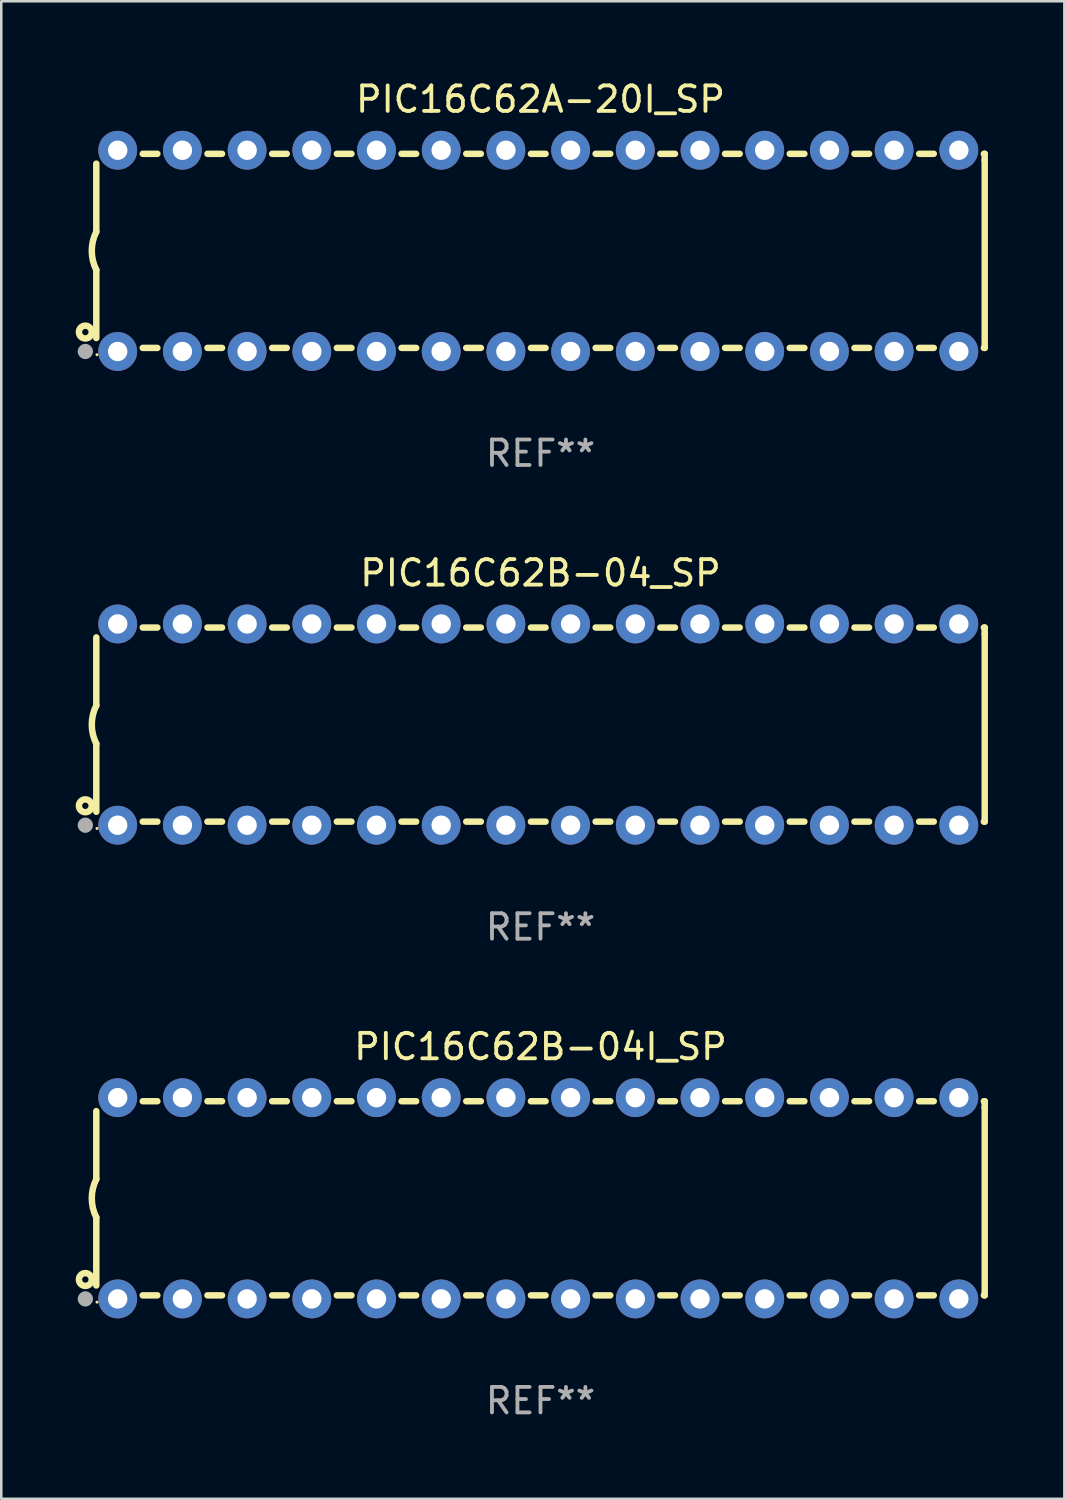
<source format=kicad_pcb>
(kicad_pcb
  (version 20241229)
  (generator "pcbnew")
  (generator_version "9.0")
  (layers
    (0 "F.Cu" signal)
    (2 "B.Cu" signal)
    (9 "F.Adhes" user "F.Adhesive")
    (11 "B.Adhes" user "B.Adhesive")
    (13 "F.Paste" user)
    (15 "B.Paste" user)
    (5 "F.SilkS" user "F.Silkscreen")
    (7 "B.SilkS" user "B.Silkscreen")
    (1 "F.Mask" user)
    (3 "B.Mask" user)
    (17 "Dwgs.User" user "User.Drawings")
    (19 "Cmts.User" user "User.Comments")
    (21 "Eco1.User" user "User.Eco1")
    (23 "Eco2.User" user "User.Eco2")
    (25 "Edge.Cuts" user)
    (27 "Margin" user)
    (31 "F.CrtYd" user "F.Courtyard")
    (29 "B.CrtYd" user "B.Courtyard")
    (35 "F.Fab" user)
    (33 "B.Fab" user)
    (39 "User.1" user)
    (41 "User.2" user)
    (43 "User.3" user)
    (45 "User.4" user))
  (footprint "PIC16C62A-20I_SP"
    (layer "F.Cu")
    (at 18.168 6.798)
    (property "Reference" "PIC16C62A-20I_SP" (at 0 -5.95 0) (layer "F.SilkS") (effects (font (size 1 1) (thickness 0.15))))
    (attr through_hole)
    (fp_line (start -17.438 0.75) (end -17.438 3.423) (stroke (width 0.254) (type solid)) (layer "F.SilkS"))
    (fp_line (start -17.438 -3.423) (end -17.438 -0.75) (stroke (width 0.254) (type solid)) (layer "F.SilkS"))
    (fp_line (start -15.615 3.81) (end -15.041 3.81) (stroke (width 0.254) (type solid)) (layer "F.SilkS"))
    (fp_line (start -15.041 -3.81) (end -15.614 -3.81) (stroke (width 0.254) (type solid)) (layer "F.SilkS"))
    (fp_line (start -13.075 3.81) (end -12.501 3.81) (stroke (width 0.254) (type solid)) (layer "F.SilkS"))
    (fp_line (start -12.501 -3.81) (end -13.074 -3.81) (stroke (width 0.254) (type solid)) (layer "F.SilkS"))
    (fp_line (start -10.535 3.81) (end -9.961 3.81) (stroke (width 0.254) (type solid)) (layer "F.SilkS"))
    (fp_line (start -9.961 -3.81) (end -10.534 -3.81) (stroke (width 0.254) (type solid)) (layer "F.SilkS"))
    (fp_line (start -7.995 3.81) (end -7.421 3.81) (stroke (width 0.254) (type solid)) (layer "F.SilkS"))
    (fp_line (start -7.421 -3.81) (end -7.995 -3.81) (stroke (width 0.254) (type solid)) (layer "F.SilkS"))
    (fp_line (start -5.455 3.81) (end -4.881 3.81) (stroke (width 0.254) (type solid)) (layer "F.SilkS"))
    (fp_line (start -4.881 -3.81) (end -5.455 -3.81) (stroke (width 0.254) (type solid)) (layer "F.SilkS"))
    (fp_line (start -2.915 3.81) (end -2.341 3.81) (stroke (width 0.254) (type solid)) (layer "F.SilkS"))
    (fp_line (start -2.341 -3.81) (end -2.915 -3.81) (stroke (width 0.254) (type solid)) (layer "F.SilkS"))
    (fp_line (start -0.375 3.81) (end 0.199 3.81) (stroke (width 0.254) (type solid)) (layer "F.SilkS"))
    (fp_line (start 0.199 -3.81) (end -0.375 -3.81) (stroke (width 0.254) (type solid)) (layer "F.SilkS"))
    (fp_line (start 2.165 3.81) (end 2.739 3.81) (stroke (width 0.254) (type solid)) (layer "F.SilkS"))
    (fp_line (start 2.739 -3.81) (end 2.165 -3.81) (stroke (width 0.254) (type solid)) (layer "F.SilkS"))
    (fp_line (start 4.705 3.81) (end 5.279 3.81) (stroke (width 0.254) (type solid)) (layer "F.SilkS"))
    (fp_line (start 5.279 -3.81) (end 4.705 -3.81) (stroke (width 0.254) (type solid)) (layer "F.SilkS"))
    (fp_line (start 7.245 3.81) (end 7.819 3.81) (stroke (width 0.254) (type solid)) (layer "F.SilkS"))
    (fp_line (start 7.819 -3.81) (end 7.245 -3.81) (stroke (width 0.254) (type solid)) (layer "F.SilkS"))
    (fp_line (start 9.785 3.81) (end 10.359 3.81) (stroke (width 0.254) (type solid)) (layer "F.SilkS"))
    (fp_line (start 10.359 -3.81) (end 9.785 -3.81) (stroke (width 0.254) (type solid)) (layer "F.SilkS"))
    (fp_line (start 12.325 3.81) (end 12.899 3.81) (stroke (width 0.254) (type solid)) (layer "F.SilkS"))
    (fp_line (start 12.899 -3.81) (end 12.325 -3.81) (stroke (width 0.254) (type solid)) (layer "F.SilkS"))
    (fp_line (start 14.865 3.81) (end 15.439 3.81) (stroke (width 0.254) (type solid)) (layer "F.SilkS"))
    (fp_line (start 15.439 -3.81) (end 14.865 -3.81) (stroke (width 0.254) (type solid)) (layer "F.SilkS"))
    (fp_line (start 17.405 3.81) (end 17.438 3.81) (stroke (width 0.254) (type solid)) (layer "F.SilkS"))
    (fp_line (start 17.438 -3.81) (end 17.405 -3.81) (stroke (width 0.254) (type solid)) (layer "F.SilkS"))
    (fp_line (start 17.438 -3.556) (end 17.438 -3.81) (stroke (width 0.254) (type solid)) (layer "F.SilkS"))
    (fp_line (start 17.438 3.81) (end 17.438 -3.556) (stroke (width 0.254) (type solid)) (layer "F.SilkS"))
    (fp_arc (start -17.437986 0.749657) (mid -17.614887 -0.000024) (end -17.437783 -0.749657) (stroke (width 0.254001) (type solid)) (layer "F.SilkS"))
    (fp_circle (center -17.868 3.188) (end -17.743 3.188) (stroke (width 0.254) (type solid)) (fill no) (layer "F.SilkS"))
    (fp_circle (center -17.411 4.077) (end -17.381 4.077) (stroke (width 0.06) (type solid)) (fill no) (layer "F.SilkS"))
    (fp_circle (center -17.868 3.95) (end -17.718 3.95) (stroke (width 0.3) (type solid)) (fill no) (layer "F.Fab"))
    (fp_text user "REF**" (at 0 7.95 0) (layer "F.Fab") (effects (font (size 1 1) (thickness 0.15))))
    (pad "1" thru_hole circle (at -16.598 3.95) (size 1.524 1.524) (drill 0.762) (layers "*.Cu" "*.Mask"))
    (pad "2" thru_hole circle (at -14.058 3.95) (size 1.524 1.524) (drill 0.762) (layers "*.Cu" "*.Mask"))
    (pad "3" thru_hole circle (at -11.518 3.95) (size 1.524 1.524) (drill 0.762) (layers "*.Cu" "*.Mask"))
    (pad "4" thru_hole circle (at -8.978 3.95) (size 1.524 1.524) (drill 0.762) (layers "*.Cu" "*.Mask"))
    (pad "5" thru_hole circle (at -6.438 3.95) (size 1.524 1.524) (drill 0.762) (layers "*.Cu" "*.Mask"))
    (pad "6" thru_hole circle (at -3.898 3.95) (size 1.524 1.524) (drill 0.762) (layers "*.Cu" "*.Mask"))
    (pad "7" thru_hole circle (at -1.358 3.95) (size 1.524 1.524) (drill 0.762) (layers "*.Cu" "*.Mask"))
    (pad "8" thru_hole circle (at 1.182 3.95) (size 1.524 1.524) (drill 0.762) (layers "*.Cu" "*.Mask"))
    (pad "9" thru_hole circle (at 3.722 3.95) (size 1.524 1.524) (drill 0.762) (layers "*.Cu" "*.Mask"))
    (pad "10" thru_hole circle (at 6.262 3.95) (size 1.524 1.524) (drill 0.762) (layers "*.Cu" "*.Mask"))
    (pad "11" thru_hole circle (at 8.802 3.95) (size 1.524 1.524) (drill 0.762) (layers "*.Cu" "*.Mask"))
    (pad "12" thru_hole circle (at 11.342 3.95) (size 1.524 1.524) (drill 0.762) (layers "*.Cu" "*.Mask"))
    (pad "13" thru_hole circle (at 13.882 3.95) (size 1.524 1.524) (drill 0.762) (layers "*.Cu" "*.Mask"))
    (pad "14" thru_hole circle (at 16.422 3.95) (size 1.524 1.524) (drill 0.762) (layers "*.Cu" "*.Mask"))
    (pad "15" thru_hole circle (at 16.422 -3.95) (size 1.524 1.524) (drill 0.762) (layers "*.Cu" "*.Mask"))
    (pad "16" thru_hole circle (at 13.882 -3.95) (size 1.524 1.524) (drill 0.762) (layers "*.Cu" "*.Mask"))
    (pad "17" thru_hole circle (at 11.342 -3.95) (size 1.524 1.524) (drill 0.762) (layers "*.Cu" "*.Mask"))
    (pad "18" thru_hole circle (at 8.802 -3.95) (size 1.524 1.524) (drill 0.762) (layers "*.Cu" "*.Mask"))
    (pad "19" thru_hole circle (at 6.262 -3.95) (size 1.524 1.524) (drill 0.762) (layers "*.Cu" "*.Mask"))
    (pad "20" thru_hole circle (at 3.722 -3.95) (size 1.524 1.524) (drill 0.762) (layers "*.Cu" "*.Mask"))
    (pad "21" thru_hole circle (at 1.182 -3.95) (size 1.524 1.524) (drill 0.762) (layers "*.Cu" "*.Mask"))
    (pad "22" thru_hole circle (at -1.358 -3.95) (size 1.524 1.524) (drill 0.762) (layers "*.Cu" "*.Mask"))
    (pad "23" thru_hole circle (at -3.898 -3.95) (size 1.524 1.524) (drill 0.762) (layers "*.Cu" "*.Mask"))
    (pad "24" thru_hole circle (at -6.438 -3.95) (size 1.524 1.524) (drill 0.762) (layers "*.Cu" "*.Mask"))
    (pad "25" thru_hole circle (at -8.978 -3.95) (size 1.524 1.524) (drill 0.762) (layers "*.Cu" "*.Mask"))
    (pad "26" thru_hole circle (at -11.517 -3.95) (size 1.524 1.524) (drill 0.762) (layers "*.Cu" "*.Mask"))
    (pad "27" thru_hole circle (at -14.057 -3.95) (size 1.524 1.524) (drill 0.762) (layers "*.Cu" "*.Mask"))
    (pad "28" thru_hole circle (at -16.597 -3.95) (size 1.524 1.524) (drill 0.762) (layers "*.Cu" "*.Mask")))
  (footprint "PIC16C62B-04_SP"
    (layer "F.Cu")
    (at 18.168 25.395)
    (property "Reference" "PIC16C62B-04_SP" (at 0 -5.95 0) (layer "F.SilkS") (effects (font (size 1 1) (thickness 0.15))))
    (attr through_hole)
    (fp_line (start -17.438 0.75) (end -17.438 3.423) (stroke (width 0.254) (type solid)) (layer "F.SilkS"))
    (fp_line (start -17.438 -3.423) (end -17.438 -0.75) (stroke (width 0.254) (type solid)) (layer "F.SilkS"))
    (fp_line (start -15.615 3.81) (end -15.041 3.81) (stroke (width 0.254) (type solid)) (layer "F.SilkS"))
    (fp_line (start -15.041 -3.81) (end -15.614 -3.81) (stroke (width 0.254) (type solid)) (layer "F.SilkS"))
    (fp_line (start -13.075 3.81) (end -12.501 3.81) (stroke (width 0.254) (type solid)) (layer "F.SilkS"))
    (fp_line (start -12.501 -3.81) (end -13.074 -3.81) (stroke (width 0.254) (type solid)) (layer "F.SilkS"))
    (fp_line (start -10.535 3.81) (end -9.961 3.81) (stroke (width 0.254) (type solid)) (layer "F.SilkS"))
    (fp_line (start -9.961 -3.81) (end -10.534 -3.81) (stroke (width 0.254) (type solid)) (layer "F.SilkS"))
    (fp_line (start -7.995 3.81) (end -7.421 3.81) (stroke (width 0.254) (type solid)) (layer "F.SilkS"))
    (fp_line (start -7.421 -3.81) (end -7.995 -3.81) (stroke (width 0.254) (type solid)) (layer "F.SilkS"))
    (fp_line (start -5.455 3.81) (end -4.881 3.81) (stroke (width 0.254) (type solid)) (layer "F.SilkS"))
    (fp_line (start -4.881 -3.81) (end -5.455 -3.81) (stroke (width 0.254) (type solid)) (layer "F.SilkS"))
    (fp_line (start -2.915 3.81) (end -2.341 3.81) (stroke (width 0.254) (type solid)) (layer "F.SilkS"))
    (fp_line (start -2.341 -3.81) (end -2.915 -3.81) (stroke (width 0.254) (type solid)) (layer "F.SilkS"))
    (fp_line (start -0.375 3.81) (end 0.199 3.81) (stroke (width 0.254) (type solid)) (layer "F.SilkS"))
    (fp_line (start 0.199 -3.81) (end -0.375 -3.81) (stroke (width 0.254) (type solid)) (layer "F.SilkS"))
    (fp_line (start 2.165 3.81) (end 2.739 3.81) (stroke (width 0.254) (type solid)) (layer "F.SilkS"))
    (fp_line (start 2.739 -3.81) (end 2.165 -3.81) (stroke (width 0.254) (type solid)) (layer "F.SilkS"))
    (fp_line (start 4.705 3.81) (end 5.279 3.81) (stroke (width 0.254) (type solid)) (layer "F.SilkS"))
    (fp_line (start 5.279 -3.81) (end 4.705 -3.81) (stroke (width 0.254) (type solid)) (layer "F.SilkS"))
    (fp_line (start 7.245 3.81) (end 7.819 3.81) (stroke (width 0.254) (type solid)) (layer "F.SilkS"))
    (fp_line (start 7.819 -3.81) (end 7.245 -3.81) (stroke (width 0.254) (type solid)) (layer "F.SilkS"))
    (fp_line (start 9.785 3.81) (end 10.359 3.81) (stroke (width 0.254) (type solid)) (layer "F.SilkS"))
    (fp_line (start 10.359 -3.81) (end 9.785 -3.81) (stroke (width 0.254) (type solid)) (layer "F.SilkS"))
    (fp_line (start 12.325 3.81) (end 12.899 3.81) (stroke (width 0.254) (type solid)) (layer "F.SilkS"))
    (fp_line (start 12.899 -3.81) (end 12.325 -3.81) (stroke (width 0.254) (type solid)) (layer "F.SilkS"))
    (fp_line (start 14.865 3.81) (end 15.439 3.81) (stroke (width 0.254) (type solid)) (layer "F.SilkS"))
    (fp_line (start 15.439 -3.81) (end 14.865 -3.81) (stroke (width 0.254) (type solid)) (layer "F.SilkS"))
    (fp_line (start 17.405 3.81) (end 17.438 3.81) (stroke (width 0.254) (type solid)) (layer "F.SilkS"))
    (fp_line (start 17.438 -3.81) (end 17.405 -3.81) (stroke (width 0.254) (type solid)) (layer "F.SilkS"))
    (fp_line (start 17.438 -3.556) (end 17.438 -3.81) (stroke (width 0.254) (type solid)) (layer "F.SilkS"))
    (fp_line (start 17.438 3.81) (end 17.438 -3.556) (stroke (width 0.254) (type solid)) (layer "F.SilkS"))
    (fp_arc (start -17.437986 0.749657) (mid -17.614887 -0.000024) (end -17.437783 -0.749657) (stroke (width 0.254001) (type solid)) (layer "F.SilkS"))
    (fp_circle (center -17.868 3.188) (end -17.743 3.188) (stroke (width 0.254) (type solid)) (fill no) (layer "F.SilkS"))
    (fp_circle (center -17.411 4.077) (end -17.381 4.077) (stroke (width 0.06) (type solid)) (fill no) (layer "F.SilkS"))
    (fp_circle (center -17.868 3.95) (end -17.718 3.95) (stroke (width 0.3) (type solid)) (fill no) (layer "F.Fab"))
    (fp_text user "REF**" (at 0 7.95 0) (layer "F.Fab") (effects (font (size 1 1) (thickness 0.15))))
    (pad "1" thru_hole circle (at -16.598 3.95) (size 1.524 1.524) (drill 0.762) (layers "*.Cu" "*.Mask"))
    (pad "2" thru_hole circle (at -14.058 3.95) (size 1.524 1.524) (drill 0.762) (layers "*.Cu" "*.Mask"))
    (pad "3" thru_hole circle (at -11.518 3.95) (size 1.524 1.524) (drill 0.762) (layers "*.Cu" "*.Mask"))
    (pad "4" thru_hole circle (at -8.978 3.95) (size 1.524 1.524) (drill 0.762) (layers "*.Cu" "*.Mask"))
    (pad "5" thru_hole circle (at -6.438 3.95) (size 1.524 1.524) (drill 0.762) (layers "*.Cu" "*.Mask"))
    (pad "6" thru_hole circle (at -3.898 3.95) (size 1.524 1.524) (drill 0.762) (layers "*.Cu" "*.Mask"))
    (pad "7" thru_hole circle (at -1.358 3.95) (size 1.524 1.524) (drill 0.762) (layers "*.Cu" "*.Mask"))
    (pad "8" thru_hole circle (at 1.182 3.95) (size 1.524 1.524) (drill 0.762) (layers "*.Cu" "*.Mask"))
    (pad "9" thru_hole circle (at 3.722 3.95) (size 1.524 1.524) (drill 0.762) (layers "*.Cu" "*.Mask"))
    (pad "10" thru_hole circle (at 6.262 3.95) (size 1.524 1.524) (drill 0.762) (layers "*.Cu" "*.Mask"))
    (pad "11" thru_hole circle (at 8.802 3.95) (size 1.524 1.524) (drill 0.762) (layers "*.Cu" "*.Mask"))
    (pad "12" thru_hole circle (at 11.342 3.95) (size 1.524 1.524) (drill 0.762) (layers "*.Cu" "*.Mask"))
    (pad "13" thru_hole circle (at 13.882 3.95) (size 1.524 1.524) (drill 0.762) (layers "*.Cu" "*.Mask"))
    (pad "14" thru_hole circle (at 16.422 3.95) (size 1.524 1.524) (drill 0.762) (layers "*.Cu" "*.Mask"))
    (pad "15" thru_hole circle (at 16.422 -3.95) (size 1.524 1.524) (drill 0.762) (layers "*.Cu" "*.Mask"))
    (pad "16" thru_hole circle (at 13.882 -3.95) (size 1.524 1.524) (drill 0.762) (layers "*.Cu" "*.Mask"))
    (pad "17" thru_hole circle (at 11.342 -3.95) (size 1.524 1.524) (drill 0.762) (layers "*.Cu" "*.Mask"))
    (pad "18" thru_hole circle (at 8.802 -3.95) (size 1.524 1.524) (drill 0.762) (layers "*.Cu" "*.Mask"))
    (pad "19" thru_hole circle (at 6.262 -3.95) (size 1.524 1.524) (drill 0.762) (layers "*.Cu" "*.Mask"))
    (pad "20" thru_hole circle (at 3.722 -3.95) (size 1.524 1.524) (drill 0.762) (layers "*.Cu" "*.Mask"))
    (pad "21" thru_hole circle (at 1.182 -3.95) (size 1.524 1.524) (drill 0.762) (layers "*.Cu" "*.Mask"))
    (pad "22" thru_hole circle (at -1.358 -3.95) (size 1.524 1.524) (drill 0.762) (layers "*.Cu" "*.Mask"))
    (pad "23" thru_hole circle (at -3.898 -3.95) (size 1.524 1.524) (drill 0.762) (layers "*.Cu" "*.Mask"))
    (pad "24" thru_hole circle (at -6.438 -3.95) (size 1.524 1.524) (drill 0.762) (layers "*.Cu" "*.Mask"))
    (pad "25" thru_hole circle (at -8.978 -3.95) (size 1.524 1.524) (drill 0.762) (layers "*.Cu" "*.Mask"))
    (pad "26" thru_hole circle (at -11.517 -3.95) (size 1.524 1.524) (drill 0.762) (layers "*.Cu" "*.Mask"))
    (pad "27" thru_hole circle (at -14.057 -3.95) (size 1.524 1.524) (drill 0.762) (layers "*.Cu" "*.Mask"))
    (pad "28" thru_hole circle (at -16.597 -3.95) (size 1.524 1.524) (drill 0.762) (layers "*.Cu" "*.Mask")))
  (footprint "PIC16C62B-04I_SP"
    (layer "F.Cu")
    (at 18.168 43.991)
    (property "Reference" "PIC16C62B-04I_SP" (at 0 -5.95 0) (layer "F.SilkS") (effects (font (size 1 1) (thickness 0.15))))
    (attr through_hole)
    (fp_line (start -17.438 0.75) (end -17.438 3.423) (stroke (width 0.254) (type solid)) (layer "F.SilkS"))
    (fp_line (start -17.438 -3.423) (end -17.438 -0.75) (stroke (width 0.254) (type solid)) (layer "F.SilkS"))
    (fp_line (start -15.615 3.81) (end -15.041 3.81) (stroke (width 0.254) (type solid)) (layer "F.SilkS"))
    (fp_line (start -15.041 -3.81) (end -15.614 -3.81) (stroke (width 0.254) (type solid)) (layer "F.SilkS"))
    (fp_line (start -13.075 3.81) (end -12.501 3.81) (stroke (width 0.254) (type solid)) (layer "F.SilkS"))
    (fp_line (start -12.501 -3.81) (end -13.074 -3.81) (stroke (width 0.254) (type solid)) (layer "F.SilkS"))
    (fp_line (start -10.535 3.81) (end -9.961 3.81) (stroke (width 0.254) (type solid)) (layer "F.SilkS"))
    (fp_line (start -9.961 -3.81) (end -10.534 -3.81) (stroke (width 0.254) (type solid)) (layer "F.SilkS"))
    (fp_line (start -7.995 3.81) (end -7.421 3.81) (stroke (width 0.254) (type solid)) (layer "F.SilkS"))
    (fp_line (start -7.421 -3.81) (end -7.995 -3.81) (stroke (width 0.254) (type solid)) (layer "F.SilkS"))
    (fp_line (start -5.455 3.81) (end -4.881 3.81) (stroke (width 0.254) (type solid)) (layer "F.SilkS"))
    (fp_line (start -4.881 -3.81) (end -5.455 -3.81) (stroke (width 0.254) (type solid)) (layer "F.SilkS"))
    (fp_line (start -2.915 3.81) (end -2.341 3.81) (stroke (width 0.254) (type solid)) (layer "F.SilkS"))
    (fp_line (start -2.341 -3.81) (end -2.915 -3.81) (stroke (width 0.254) (type solid)) (layer "F.SilkS"))
    (fp_line (start -0.375 3.81) (end 0.199 3.81) (stroke (width 0.254) (type solid)) (layer "F.SilkS"))
    (fp_line (start 0.199 -3.81) (end -0.375 -3.81) (stroke (width 0.254) (type solid)) (layer "F.SilkS"))
    (fp_line (start 2.165 3.81) (end 2.739 3.81) (stroke (width 0.254) (type solid)) (layer "F.SilkS"))
    (fp_line (start 2.739 -3.81) (end 2.165 -3.81) (stroke (width 0.254) (type solid)) (layer "F.SilkS"))
    (fp_line (start 4.705 3.81) (end 5.279 3.81) (stroke (width 0.254) (type solid)) (layer "F.SilkS"))
    (fp_line (start 5.279 -3.81) (end 4.705 -3.81) (stroke (width 0.254) (type solid)) (layer "F.SilkS"))
    (fp_line (start 7.245 3.81) (end 7.819 3.81) (stroke (width 0.254) (type solid)) (layer "F.SilkS"))
    (fp_line (start 7.819 -3.81) (end 7.245 -3.81) (stroke (width 0.254) (type solid)) (layer "F.SilkS"))
    (fp_line (start 9.785 3.81) (end 10.359 3.81) (stroke (width 0.254) (type solid)) (layer "F.SilkS"))
    (fp_line (start 10.359 -3.81) (end 9.785 -3.81) (stroke (width 0.254) (type solid)) (layer "F.SilkS"))
    (fp_line (start 12.325 3.81) (end 12.899 3.81) (stroke (width 0.254) (type solid)) (layer "F.SilkS"))
    (fp_line (start 12.899 -3.81) (end 12.325 -3.81) (stroke (width 0.254) (type solid)) (layer "F.SilkS"))
    (fp_line (start 14.865 3.81) (end 15.439 3.81) (stroke (width 0.254) (type solid)) (layer "F.SilkS"))
    (fp_line (start 15.439 -3.81) (end 14.865 -3.81) (stroke (width 0.254) (type solid)) (layer "F.SilkS"))
    (fp_line (start 17.405 3.81) (end 17.438 3.81) (stroke (width 0.254) (type solid)) (layer "F.SilkS"))
    (fp_line (start 17.438 -3.81) (end 17.405 -3.81) (stroke (width 0.254) (type solid)) (layer "F.SilkS"))
    (fp_line (start 17.438 -3.556) (end 17.438 -3.81) (stroke (width 0.254) (type solid)) (layer "F.SilkS"))
    (fp_line (start 17.438 3.81) (end 17.438 -3.556) (stroke (width 0.254) (type solid)) (layer "F.SilkS"))
    (fp_arc (start -17.437986 0.749657) (mid -17.614887 -0.000024) (end -17.437783 -0.749657) (stroke (width 0.254001) (type solid)) (layer "F.SilkS"))
    (fp_circle (center -17.868 3.188) (end -17.743 3.188) (stroke (width 0.254) (type solid)) (fill no) (layer "F.SilkS"))
    (fp_circle (center -17.411 4.077) (end -17.381 4.077) (stroke (width 0.06) (type solid)) (fill no) (layer "F.SilkS"))
    (fp_circle (center -17.868 3.95) (end -17.718 3.95) (stroke (width 0.3) (type solid)) (fill no) (layer "F.Fab"))
    (fp_text user "REF**" (at 0 7.95 0) (layer "F.Fab") (effects (font (size 1 1) (thickness 0.15))))
    (pad "1" thru_hole circle (at -16.598 3.95) (size 1.524 1.524) (drill 0.762) (layers "*.Cu" "*.Mask"))
    (pad "2" thru_hole circle (at -14.058 3.95) (size 1.524 1.524) (drill 0.762) (layers "*.Cu" "*.Mask"))
    (pad "3" thru_hole circle (at -11.518 3.95) (size 1.524 1.524) (drill 0.762) (layers "*.Cu" "*.Mask"))
    (pad "4" thru_hole circle (at -8.978 3.95) (size 1.524 1.524) (drill 0.762) (layers "*.Cu" "*.Mask"))
    (pad "5" thru_hole circle (at -6.438 3.95) (size 1.524 1.524) (drill 0.762) (layers "*.Cu" "*.Mask"))
    (pad "6" thru_hole circle (at -3.898 3.95) (size 1.524 1.524) (drill 0.762) (layers "*.Cu" "*.Mask"))
    (pad "7" thru_hole circle (at -1.358 3.95) (size 1.524 1.524) (drill 0.762) (layers "*.Cu" "*.Mask"))
    (pad "8" thru_hole circle (at 1.182 3.95) (size 1.524 1.524) (drill 0.762) (layers "*.Cu" "*.Mask"))
    (pad "9" thru_hole circle (at 3.722 3.95) (size 1.524 1.524) (drill 0.762) (layers "*.Cu" "*.Mask"))
    (pad "10" thru_hole circle (at 6.262 3.95) (size 1.524 1.524) (drill 0.762) (layers "*.Cu" "*.Mask"))
    (pad "11" thru_hole circle (at 8.802 3.95) (size 1.524 1.524) (drill 0.762) (layers "*.Cu" "*.Mask"))
    (pad "12" thru_hole circle (at 11.342 3.95) (size 1.524 1.524) (drill 0.762) (layers "*.Cu" "*.Mask"))
    (pad "13" thru_hole circle (at 13.882 3.95) (size 1.524 1.524) (drill 0.762) (layers "*.Cu" "*.Mask"))
    (pad "14" thru_hole circle (at 16.422 3.95) (size 1.524 1.524) (drill 0.762) (layers "*.Cu" "*.Mask"))
    (pad "15" thru_hole circle (at 16.422 -3.95) (size 1.524 1.524) (drill 0.762) (layers "*.Cu" "*.Mask"))
    (pad "16" thru_hole circle (at 13.882 -3.95) (size 1.524 1.524) (drill 0.762) (layers "*.Cu" "*.Mask"))
    (pad "17" thru_hole circle (at 11.342 -3.95) (size 1.524 1.524) (drill 0.762) (layers "*.Cu" "*.Mask"))
    (pad "18" thru_hole circle (at 8.802 -3.95) (size 1.524 1.524) (drill 0.762) (layers "*.Cu" "*.Mask"))
    (pad "19" thru_hole circle (at 6.262 -3.95) (size 1.524 1.524) (drill 0.762) (layers "*.Cu" "*.Mask"))
    (pad "20" thru_hole circle (at 3.722 -3.95) (size 1.524 1.524) (drill 0.762) (layers "*.Cu" "*.Mask"))
    (pad "21" thru_hole circle (at 1.182 -3.95) (size 1.524 1.524) (drill 0.762) (layers "*.Cu" "*.Mask"))
    (pad "22" thru_hole circle (at -1.358 -3.95) (size 1.524 1.524) (drill 0.762) (layers "*.Cu" "*.Mask"))
    (pad "23" thru_hole circle (at -3.898 -3.95) (size 1.524 1.524) (drill 0.762) (layers "*.Cu" "*.Mask"))
    (pad "24" thru_hole circle (at -6.438 -3.95) (size 1.524 1.524) (drill 0.762) (layers "*.Cu" "*.Mask"))
    (pad "25" thru_hole circle (at -8.978 -3.95) (size 1.524 1.524) (drill 0.762) (layers "*.Cu" "*.Mask"))
    (pad "26" thru_hole circle (at -11.517 -3.95) (size 1.524 1.524) (drill 0.762) (layers "*.Cu" "*.Mask"))
    (pad "27" thru_hole circle (at -14.057 -3.95) (size 1.524 1.524) (drill 0.762) (layers "*.Cu" "*.Mask"))
    (pad "28" thru_hole circle (at -16.597 -3.95) (size 1.524 1.524) (drill 0.762) (layers "*.Cu" "*.Mask")))
  (gr_rect
    (start -3 -3)
    (end 38.733 55.789)
    (stroke (width 0.1) (type default))
    (fill no)
    (layer "Edge.Cuts")))
</source>
